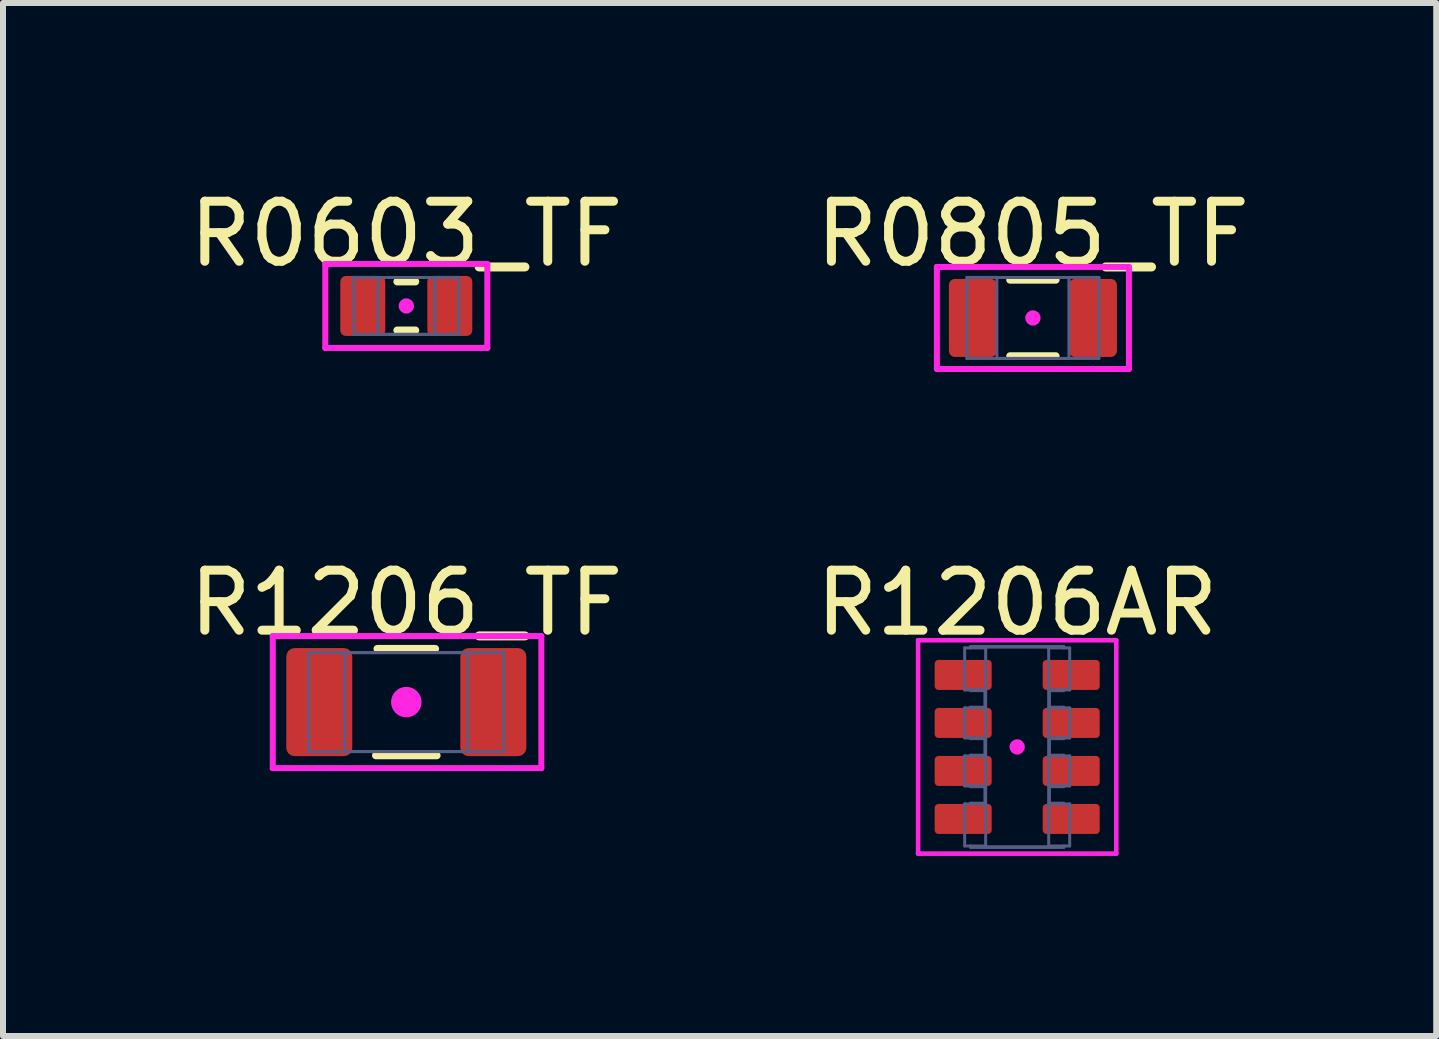
<source format=kicad_pcb>
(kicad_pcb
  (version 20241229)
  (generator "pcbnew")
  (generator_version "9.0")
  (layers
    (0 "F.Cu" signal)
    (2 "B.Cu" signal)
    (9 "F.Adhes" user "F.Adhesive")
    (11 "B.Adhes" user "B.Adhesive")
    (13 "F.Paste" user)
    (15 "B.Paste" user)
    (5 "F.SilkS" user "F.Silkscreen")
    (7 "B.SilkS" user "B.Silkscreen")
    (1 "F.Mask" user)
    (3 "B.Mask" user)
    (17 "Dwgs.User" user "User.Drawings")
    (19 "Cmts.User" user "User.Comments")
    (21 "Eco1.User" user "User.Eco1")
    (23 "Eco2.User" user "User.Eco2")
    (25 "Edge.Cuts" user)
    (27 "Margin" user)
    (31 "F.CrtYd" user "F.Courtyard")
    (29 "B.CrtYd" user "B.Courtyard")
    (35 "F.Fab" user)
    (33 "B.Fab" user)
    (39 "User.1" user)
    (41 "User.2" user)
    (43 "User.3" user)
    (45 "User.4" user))
  (footprint "R1206AR"
    (layer "F.Cu")
    (at 13.899 9.396)
    (property "Reference" "R1206AR" (at 0 -2.4 0) (layer "F.SilkS") (effects (font (size 1 1) (thickness 0.15))))
    (fp_rect (start -1.3 1.2) (end -0.5 -1.2) (stroke (width 0) (type default)) (fill yes) (layer "F.Mask"))
    (fp_rect (start 1.3 -1.2) (end 0.5 1.2) (stroke (width 0) (type default)) (fill yes) (layer "F.Mask"))
    (fp_line (start -1.651 -1.778) (end 1.651 -1.778) (stroke (width 0.076) (type solid)) (layer "F.CrtYd"))
    (fp_line (start -1.651 1.778) (end -1.651 -1.778) (stroke (width 0.076) (type solid)) (layer "F.CrtYd"))
    (fp_line (start -1.651 1.778) (end 1.651 1.778) (stroke (width 0.076) (type solid)) (layer "F.CrtYd"))
    (fp_line (start 1.651 1.778) (end 1.651 -1.778) (stroke (width 0.076) (type solid)) (layer "F.CrtYd"))
    (fp_circle (center 0 0) (end 0 -0.064) (stroke (width 0.127) (type solid)) (fill no) (layer "F.CrtYd"))
    (fp_line (start -0.875 -1.65) (end -0.525 -1.65) (stroke (width 0.05) (type solid)) (layer "B.Fab"))
    (fp_line (start -0.875 -0.95) (end -0.875 -1.65) (stroke (width 0.05) (type solid)) (layer "B.Fab"))
    (fp_line (start -0.875 -0.95) (end -0.525 -0.95) (stroke (width 0.05) (type solid)) (layer "B.Fab"))
    (fp_line (start -0.875 -0.65) (end -0.525 -0.65) (stroke (width 0.05) (type solid)) (layer "B.Fab"))
    (fp_line (start -0.875 -0.15) (end -0.875 -0.65) (stroke (width 0.05) (type solid)) (layer "B.Fab"))
    (fp_line (start -0.875 -0.15) (end -0.525 -0.15) (stroke (width 0.05) (type solid)) (layer "B.Fab"))
    (fp_line (start -0.875 0.15) (end -0.525 0.15) (stroke (width 0.05) (type solid)) (layer "B.Fab"))
    (fp_line (start -0.875 0.65) (end -0.875 0.15) (stroke (width 0.05) (type solid)) (layer "B.Fab"))
    (fp_line (start -0.875 0.65) (end -0.525 0.65) (stroke (width 0.05) (type solid)) (layer "B.Fab"))
    (fp_line (start -0.875 0.95) (end -0.525 0.95) (stroke (width 0.05) (type solid)) (layer "B.Fab"))
    (fp_line (start -0.875 1.65) (end -0.875 0.95) (stroke (width 0.05) (type solid)) (layer "B.Fab"))
    (fp_line (start -0.875 1.65) (end -0.525 1.65) (stroke (width 0.05) (type solid)) (layer "B.Fab"))
    (fp_line (start -0.775 -1.675) (end 0.775 -1.675) (stroke (width 0.05) (type solid)) (layer "B.Fab"))
    (fp_line (start -0.775 -1.65) (end -0.775 -1.675) (stroke (width 0.05) (type solid)) (layer "B.Fab"))
    (fp_line (start -0.775 -0.938) (end -0.775 -0.95) (stroke (width 0.05) (type solid)) (layer "B.Fab"))
    (fp_line (start -0.775 -0.938) (end -0.537 -0.938) (stroke (width 0.05) (type solid)) (layer "B.Fab"))
    (fp_line (start -0.775 -0.662) (end -0.537 -0.662) (stroke (width 0.05) (type solid)) (layer "B.Fab"))
    (fp_line (start -0.775 -0.65) (end -0.775 -0.662) (stroke (width 0.05) (type solid)) (layer "B.Fab"))
    (fp_line (start -0.775 -0.138) (end -0.775 -0.15) (stroke (width 0.05) (type solid)) (layer "B.Fab"))
    (fp_line (start -0.775 -0.138) (end -0.537 -0.138) (stroke (width 0.05) (type solid)) (layer "B.Fab"))
    (fp_line (start -0.775 0.138) (end -0.537 0.138) (stroke (width 0.05) (type solid)) (layer "B.Fab"))
    (fp_line (start -0.775 0.15) (end -0.775 0.138) (stroke (width 0.05) (type solid)) (layer "B.Fab"))
    (fp_line (start -0.775 0.662) (end -0.775 0.65) (stroke (width 0.05) (type solid)) (layer "B.Fab"))
    (fp_line (start -0.775 0.662) (end -0.537 0.662) (stroke (width 0.05) (type solid)) (layer "B.Fab"))
    (fp_line (start -0.775 0.938) (end -0.537 0.938) (stroke (width 0.05) (type solid)) (layer "B.Fab"))
    (fp_line (start -0.775 0.95) (end -0.775 0.938) (stroke (width 0.05) (type solid)) (layer "B.Fab"))
    (fp_line (start -0.775 1.675) (end -0.775 1.65) (stroke (width 0.05) (type solid)) (layer "B.Fab"))
    (fp_line (start -0.775 1.675) (end 0.775 1.675) (stroke (width 0.05) (type solid)) (layer "B.Fab"))
    (fp_line (start -0.537 -0.662) (end -0.537 -0.938) (stroke (width 0.05) (type solid)) (layer "B.Fab"))
    (fp_line (start -0.537 0.138) (end -0.537 -0.138) (stroke (width 0.05) (type solid)) (layer "B.Fab"))
    (fp_line (start -0.537 0.938) (end -0.537 0.662) (stroke (width 0.05) (type solid)) (layer "B.Fab"))
    (fp_line (start -0.525 -1.663) (end 0.525 -1.663) (stroke (width 0.05) (type solid)) (layer "B.Fab"))
    (fp_line (start -0.525 1.663) (end -0.525 -1.663) (stroke (width 0.05) (type solid)) (layer "B.Fab"))
    (fp_line (start -0.525 1.663) (end 0.525 1.663) (stroke (width 0.05) (type solid)) (layer "B.Fab"))
    (fp_line (start 0.525 -1.65) (end 0.875 -1.65) (stroke (width 0.05) (type solid)) (layer "B.Fab"))
    (fp_line (start 0.525 -0.95) (end 0.875 -0.95) (stroke (width 0.05) (type solid)) (layer "B.Fab"))
    (fp_line (start 0.525 -0.65) (end 0.875 -0.65) (stroke (width 0.05) (type solid)) (layer "B.Fab"))
    (fp_line (start 0.525 -0.15) (end 0.875 -0.15) (stroke (width 0.05) (type solid)) (layer "B.Fab"))
    (fp_line (start 0.525 0.15) (end 0.875 0.15) (stroke (width 0.05) (type solid)) (layer "B.Fab"))
    (fp_line (start 0.525 0.65) (end 0.875 0.65) (stroke (width 0.05) (type solid)) (layer "B.Fab"))
    (fp_line (start 0.525 0.95) (end 0.875 0.95) (stroke (width 0.05) (type solid)) (layer "B.Fab"))
    (fp_line (start 0.525 1.65) (end 0.875 1.65) (stroke (width 0.05) (type solid)) (layer "B.Fab"))
    (fp_line (start 0.525 1.663) (end 0.525 -1.663) (stroke (width 0.05) (type solid)) (layer "B.Fab"))
    (fp_line (start 0.537 -0.938) (end 0.775 -0.938) (stroke (width 0.05) (type solid)) (layer "B.Fab"))
    (fp_line (start 0.537 -0.662) (end 0.537 -0.938) (stroke (width 0.05) (type solid)) (layer "B.Fab"))
    (fp_line (start 0.537 -0.662) (end 0.775 -0.662) (stroke (width 0.05) (type solid)) (layer "B.Fab"))
    (fp_line (start 0.537 -0.138) (end 0.775 -0.138) (stroke (width 0.05) (type solid)) (layer "B.Fab"))
    (fp_line (start 0.537 0.138) (end 0.537 -0.138) (stroke (width 0.05) (type solid)) (layer "B.Fab"))
    (fp_line (start 0.537 0.138) (end 0.775 0.138) (stroke (width 0.05) (type solid)) (layer "B.Fab"))
    (fp_line (start 0.537 0.662) (end 0.775 0.662) (stroke (width 0.05) (type solid)) (layer "B.Fab"))
    (fp_line (start 0.537 0.938) (end 0.537 0.662) (stroke (width 0.05) (type solid)) (layer "B.Fab"))
    (fp_line (start 0.537 0.938) (end 0.775 0.938) (stroke (width 0.05) (type solid)) (layer "B.Fab"))
    (fp_line (start 0.775 -1.65) (end 0.775 -1.675) (stroke (width 0.05) (type solid)) (layer "B.Fab"))
    (fp_line (start 0.775 -0.938) (end 0.775 -0.95) (stroke (width 0.05) (type solid)) (layer "B.Fab"))
    (fp_line (start 0.775 -0.65) (end 0.775 -0.662) (stroke (width 0.05) (type solid)) (layer "B.Fab"))
    (fp_line (start 0.775 -0.138) (end 0.775 -0.15) (stroke (width 0.05) (type solid)) (layer "B.Fab"))
    (fp_line (start 0.775 0.15) (end 0.775 0.138) (stroke (width 0.05) (type solid)) (layer "B.Fab"))
    (fp_line (start 0.775 0.662) (end 0.775 0.65) (stroke (width 0.05) (type solid)) (layer "B.Fab"))
    (fp_line (start 0.775 0.95) (end 0.775 0.938) (stroke (width 0.05) (type solid)) (layer "B.Fab"))
    (fp_line (start 0.775 1.675) (end 0.775 1.65) (stroke (width 0.05) (type solid)) (layer "B.Fab"))
    (fp_line (start 0.875 -0.95) (end 0.875 -1.65) (stroke (width 0.05) (type solid)) (layer "B.Fab"))
    (fp_line (start 0.875 -0.15) (end 0.875 -0.65) (stroke (width 0.05) (type solid)) (layer "B.Fab"))
    (fp_line (start 0.875 0.65) (end 0.875 0.15) (stroke (width 0.05) (type solid)) (layer "B.Fab"))
    (fp_line (start 0.875 1.65) (end 0.875 0.95) (stroke (width 0.05) (type solid)) (layer "B.Fab"))
    (pad "1" smd roundrect (at -0.9 -1.2) (size 0.95 0.5) (layers "F.Cu" "F.Mask" "F.Paste") (roundrect_rratio 0.125))
    (pad "2" smd roundrect (at -0.9 -0.4) (size 0.95 0.5) (layers "F.Cu" "F.Mask" "F.Paste") (roundrect_rratio 0.125))
    (pad "3" smd roundrect (at -0.9 0.4) (size 0.95 0.5) (layers "F.Cu" "F.Mask" "F.Paste") (roundrect_rratio 0.125))
    (pad "4" smd roundrect (at -0.9 1.2) (size 0.95 0.5) (layers "F.Cu" "F.Mask" "F.Paste") (roundrect_rratio 0.125))
    (pad "5" smd roundrect (at 0.9 1.2 180) (size 0.95 0.5) (layers "F.Cu" "F.Mask" "F.Paste") (roundrect_rratio 0.125))
    (pad "6" smd roundrect (at 0.9 0.4 180) (size 0.95 0.5) (layers "F.Cu" "F.Mask" "F.Paste") (roundrect_rratio 0.125))
    (pad "7" smd roundrect (at 0.9 -0.4 180) (size 0.95 0.5) (layers "F.Cu" "F.Mask" "F.Paste") (roundrect_rratio 0.125))
    (pad "8" smd roundrect (at 0.9 -1.2 180) (size 0.95 0.5) (layers "F.Cu" "F.Mask" "F.Paste") (roundrect_rratio 0.125)))
  (footprint "R1206_TF"
    (layer "F.Cu")
    (at 3.72 8.649)
    (property "Reference" "R1206_TF" (at 0 -1.653 0) (layer "F.SilkS") (effects (font (size 1 1) (thickness 0.15))))
    (fp_line (start -0.508 0.889) (end 0.508 0.889) (stroke (width 0.127) (type solid)) (layer "F.SilkS"))
    (fp_line (start -0.483 -0.889) (end 0.483 -0.889) (stroke (width 0.127) (type solid)) (layer "F.SilkS"))
    (fp_line (start -2.225 -1.1) (end 2.25 -1.1) (stroke (width 0.1) (type solid)) (layer "F.CrtYd"))
    (fp_line (start -2.225 1.1) (end -2.225 -1.1) (stroke (width 0.1) (type solid)) (layer "F.CrtYd"))
    (fp_line (start -2.225 1.1) (end 2.25 1.1) (stroke (width 0.1) (type solid)) (layer "F.CrtYd"))
    (fp_line (start 2.25 1.1) (end 2.25 -1.1) (stroke (width 0.1) (type solid)) (layer "F.CrtYd"))
    (fp_circle (center 0 0) (end 0 -0.127) (stroke (width 0.254) (type solid)) (fill no) (layer "F.CrtYd"))
    (fp_line (start -1.625 -0.825) (end -1.025 -0.825) (stroke (width 0.05) (type solid)) (layer "B.Fab"))
    (fp_line (start -1.625 0.825) (end -1.625 -0.825) (stroke (width 0.05) (type solid)) (layer "B.Fab"))
    (fp_line (start -1.625 0.825) (end -1.025 0.825) (stroke (width 0.05) (type solid)) (layer "B.Fab"))
    (fp_line (start -1.025 -0.824) (end 1.025 -0.824) (stroke (width 0.05) (type solid)) (layer "B.Fab"))
    (fp_line (start -1.025 -0.824) (end 1.025 -0.824) (stroke (width 0.05) (type solid)) (layer "B.Fab"))
    (fp_line (start -1.025 0.824) (end 1.025 0.824) (stroke (width 0.05) (type solid)) (layer "B.Fab"))
    (fp_line (start -1.025 0.824) (end 1.025 0.824) (stroke (width 0.05) (type solid)) (layer "B.Fab"))
    (fp_line (start -1.025 0.825) (end -1.025 -0.825) (stroke (width 0.05) (type solid)) (layer "B.Fab"))
    (fp_line (start 1.025 -0.825) (end 1.625 -0.825) (stroke (width 0.05) (type solid)) (layer "B.Fab"))
    (fp_line (start 1.025 0.825) (end 1.025 -0.825) (stroke (width 0.05) (type solid)) (layer "B.Fab"))
    (fp_line (start 1.025 0.825) (end 1.625 0.825) (stroke (width 0.05) (type solid)) (layer "B.Fab"))
    (fp_line (start 1.625 0.825) (end 1.625 -0.825) (stroke (width 0.05) (type solid)) (layer "B.Fab"))
    (pad "1" smd roundrect (at -1.45 0 90) (size 1.8 1.1) (layers "F.Cu" "F.Mask" "F.Paste") (roundrect_rratio 0.125))
    (pad "2" smd roundrect (at 1.45 0 90) (size 1.8 1.1) (layers "F.Cu" "F.Mask" "F.Paste") (roundrect_rratio 0.125)))
  (footprint "R0603_TF"
    (layer "F.Cu")
    (at 3.72 2.048)
    (property "Reference" "R0603_TF" (at 0 -1.2 0) (layer "F.SilkS") (effects (font (size 1 1) (thickness 0.15))))
    (fp_line (start -0.152 -0.406) (end 0.152 -0.406) (stroke (width 0.127) (type solid)) (layer "F.SilkS"))
    (fp_line (start -0.152 0.406) (end 0.152 0.406) (stroke (width 0.127) (type solid)) (layer "F.SilkS"))
    (fp_line (start -1.35 -0.7) (end 1.35 -0.7) (stroke (width 0.1) (type solid)) (layer "F.CrtYd"))
    (fp_line (start -1.35 0.7) (end -1.35 -0.7) (stroke (width 0.1) (type solid)) (layer "F.CrtYd"))
    (fp_line (start -1.35 0.7) (end 1.35 0.7) (stroke (width 0.1) (type solid)) (layer "F.CrtYd"))
    (fp_line (start 1.35 0.7) (end 1.35 -0.7) (stroke (width 0.1) (type solid)) (layer "F.CrtYd"))
    (fp_circle (center 0 0) (end 0 -0.064) (stroke (width 0.127) (type solid)) (fill no) (layer "F.CrtYd"))
    (fp_line (start -0.875 -0.475) (end -0.475 -0.475) (stroke (width 0.05) (type solid)) (layer "B.Fab"))
    (fp_line (start -0.875 0.475) (end -0.875 -0.475) (stroke (width 0.05) (type solid)) (layer "B.Fab"))
    (fp_line (start -0.875 0.475) (end -0.475 0.475) (stroke (width 0.05) (type solid)) (layer "B.Fab"))
    (fp_line (start -0.475 -0.474) (end 0.475 -0.474) (stroke (width 0.05) (type solid)) (layer "B.Fab"))
    (fp_line (start -0.475 -0.474) (end 0.475 -0.474) (stroke (width 0.05) (type solid)) (layer "B.Fab"))
    (fp_line (start -0.475 0.474) (end 0.475 0.474) (stroke (width 0.05) (type solid)) (layer "B.Fab"))
    (fp_line (start -0.475 0.474) (end 0.475 0.474) (stroke (width 0.05) (type solid)) (layer "B.Fab"))
    (fp_line (start -0.475 0.475) (end -0.475 -0.475) (stroke (width 0.05) (type solid)) (layer "B.Fab"))
    (fp_line (start 0.475 -0.475) (end 0.875 -0.475) (stroke (width 0.05) (type solid)) (layer "B.Fab"))
    (fp_line (start 0.475 0.475) (end 0.475 -0.475) (stroke (width 0.05) (type solid)) (layer "B.Fab"))
    (fp_line (start 0.475 0.475) (end 0.875 0.475) (stroke (width 0.05) (type solid)) (layer "B.Fab"))
    (fp_line (start 0.875 0.475) (end 0.875 -0.475) (stroke (width 0.05) (type solid)) (layer "B.Fab"))
    (pad "1" smd roundrect (at -0.725 0 90) (size 1 0.75) (layers "F.Cu" "F.Mask" "F.Paste") (roundrect_rratio 0.125))
    (pad "2" smd roundrect (at 0.725 0 90) (size 1 0.75) (layers "F.Cu" "F.Mask" "F.Paste") (roundrect_rratio 0.125)))
  (footprint "R0805_TF"
    (layer "F.Cu")
    (at 14.161 2.248)
    (property "Reference" "R0805_TF" (at 0 -1.4 0) (layer "F.SilkS") (effects (font (size 1 1) (thickness 0.15))))
    (fp_line (start -0.381 -0.635) (end 0.381 -0.635) (stroke (width 0.127) (type solid)) (layer "F.SilkS"))
    (fp_line (start -0.381 0.635) (end 0.381 0.635) (stroke (width 0.127) (type solid)) (layer "F.SilkS"))
    (fp_line (start -1.6 -0.85) (end 1.6 -0.85) (stroke (width 0.1) (type solid)) (layer "F.CrtYd"))
    (fp_line (start -1.6 0.85) (end -1.6 -0.85) (stroke (width 0.1) (type solid)) (layer "F.CrtYd"))
    (fp_line (start -1.6 0.85) (end 1.6 0.85) (stroke (width 0.1) (type solid)) (layer "F.CrtYd"))
    (fp_line (start 1.6 0.85) (end 1.6 -0.85) (stroke (width 0.1) (type solid)) (layer "F.CrtYd"))
    (fp_circle (center 0 0) (end 0 -0.064) (stroke (width 0.127) (type solid)) (fill no) (layer "F.CrtYd"))
    (fp_line (start -1.1 -0.675) (end -0.6 -0.675) (stroke (width 0.05) (type solid)) (layer "B.Fab"))
    (fp_line (start -1.1 0.675) (end -1.1 -0.675) (stroke (width 0.05) (type solid)) (layer "B.Fab"))
    (fp_line (start -1.1 0.675) (end -0.6 0.675) (stroke (width 0.05) (type solid)) (layer "B.Fab"))
    (fp_line (start -0.6 -0.674) (end 0.6 -0.674) (stroke (width 0.05) (type solid)) (layer "B.Fab"))
    (fp_line (start -0.6 -0.674) (end 0.6 -0.674) (stroke (width 0.05) (type solid)) (layer "B.Fab"))
    (fp_line (start -0.6 0.674) (end 0.6 0.674) (stroke (width 0.05) (type solid)) (layer "B.Fab"))
    (fp_line (start -0.6 0.674) (end 0.6 0.674) (stroke (width 0.05) (type solid)) (layer "B.Fab"))
    (fp_line (start -0.6 0.675) (end -0.6 -0.675) (stroke (width 0.05) (type solid)) (layer "B.Fab"))
    (fp_line (start 0.6 -0.675) (end 1.1 -0.675) (stroke (width 0.05) (type solid)) (layer "B.Fab"))
    (fp_line (start 0.6 0.675) (end 0.6 -0.675) (stroke (width 0.05) (type solid)) (layer "B.Fab"))
    (fp_line (start 0.6 0.675) (end 1.1 0.675) (stroke (width 0.05) (type solid)) (layer "B.Fab"))
    (fp_line (start 1.1 0.675) (end 1.1 -0.675) (stroke (width 0.05) (type solid)) (layer "B.Fab"))
    (pad "1" smd roundrect (at -1 0 90) (size 1.3 0.8) (layers "F.Cu" "F.Mask" "F.Paste") (roundrect_rratio 0.125))
    (pad "2" smd roundrect (at 1 0 90) (size 1.3 0.8) (layers "F.Cu" "F.Mask" "F.Paste") (roundrect_rratio 0.125)))
  (gr_rect
    (start -3 -3)
    (end 20.881 14.213)
    (stroke (width 0.1) (type default))
    (fill no)
    (layer "Edge.Cuts")))
</source>
